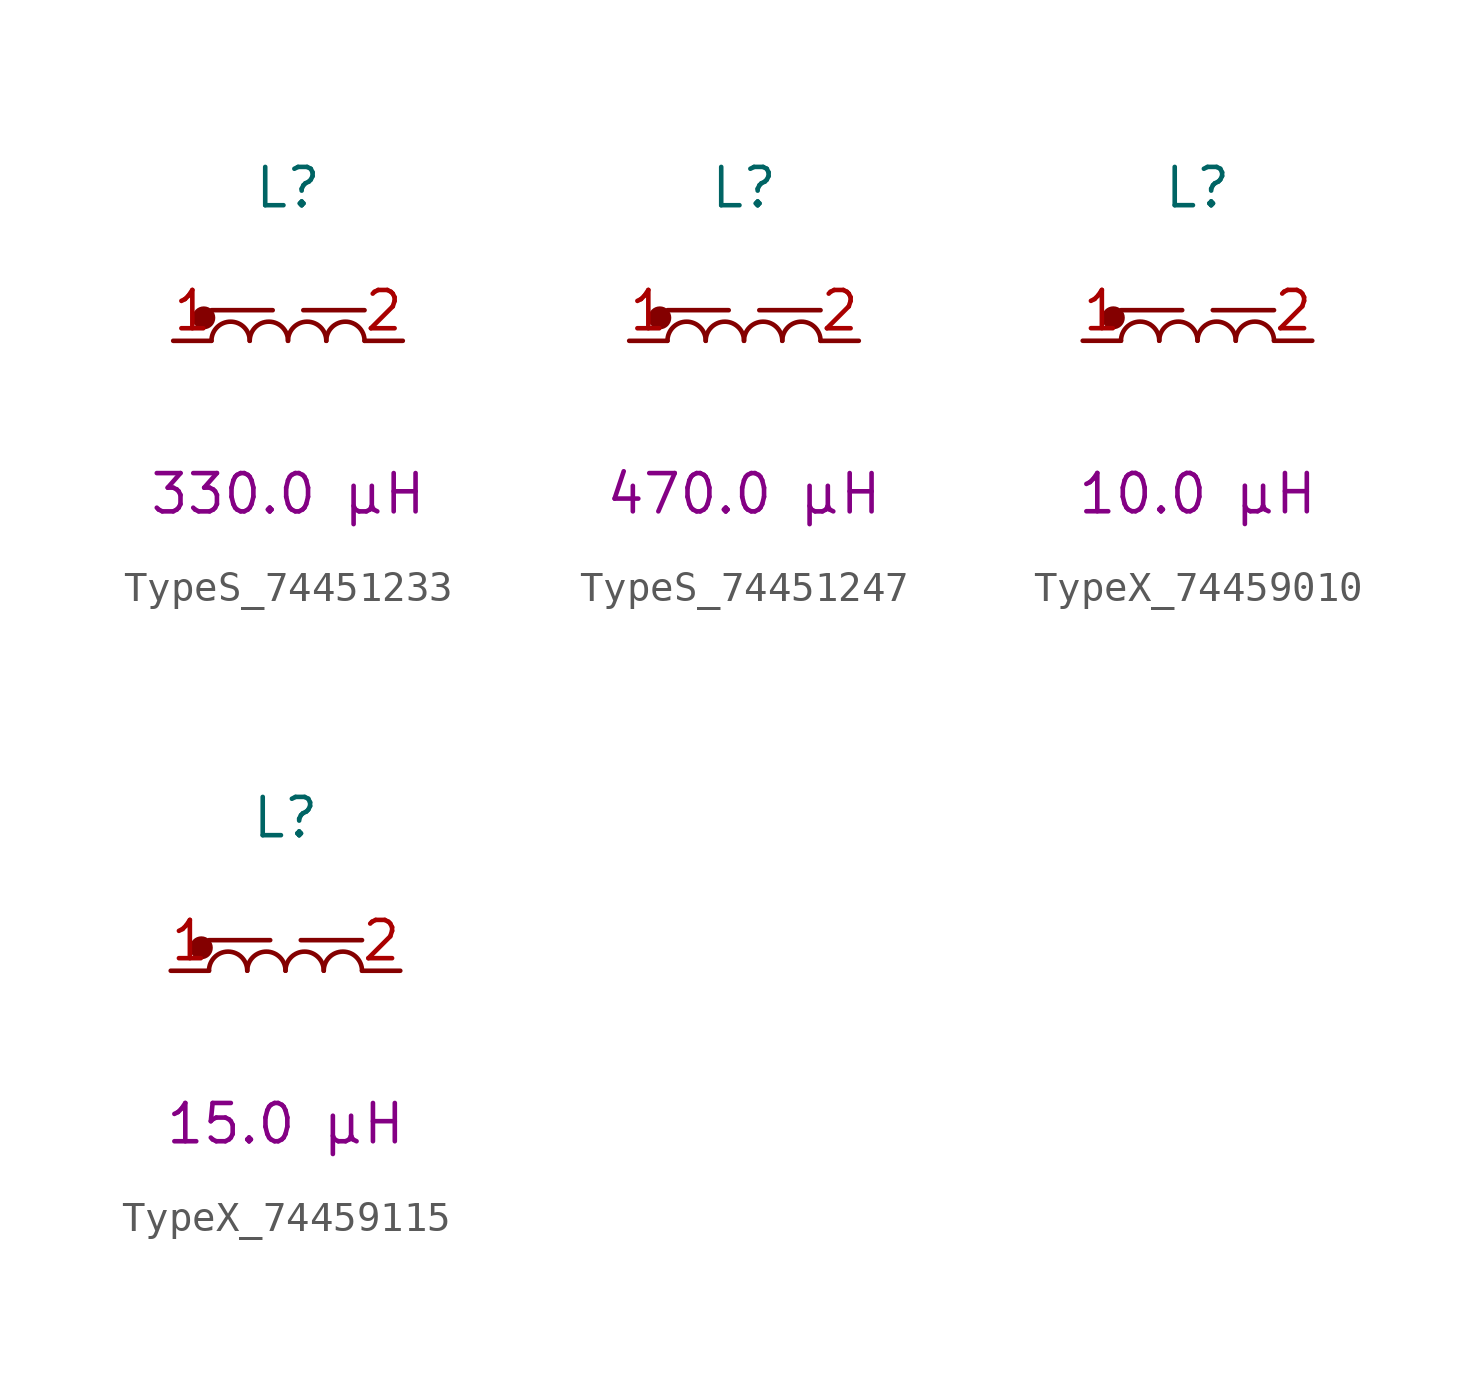
<source format=kicad_sym>
(kicad_symbol_lib
  (version 20220914)
  (generator kicad_symbol_editor)
  (symbol "TypeS_74451233"
    (pin_names hide)
    (property "Reference" "L"
      (at 0 5.08 0)
      (effects (font (size 1.27 1.27))))
    (property "Critical Parameter" "330.0 µH"
      (at 0 -5.08 0)
      (effects (font (size 1.27 1.27))))
    (symbol "TypeS_74451233_0_1"
      (arc (start -1.27 0) (mid -1.905 0.6323) (end -2.54 0) (stroke (width 0) (type default)) (fill (type none)))
      (arc (start 0 0) (mid -0.635 0.6323) (end -1.27 0) (stroke (width 0) (type default)) (fill (type none)))
      (polyline (pts (xy -2.54 1.016) (xy -0.508 1.016)) (stroke (width 0) (type default)) (fill (type none)))
      (arc (start 1.27 0) (mid 0.635 0.6323) (end 0 0) (stroke (width 0) (type default)) (fill (type none)))
      (arc (start 2.54 0) (mid 1.905 0.6323) (end 1.27 0) (stroke (width 0) (type default)) (fill (type none))))
    (symbol "TypeS_74451233_1_1"
      (circle (center -2.794 0.762) (radius 0.0001) (stroke (width 0.381) (type default)) (fill (type none)))
      (polyline (pts (xy 2.54 1.016) (xy 0.508 1.016)) (stroke (width 0) (type default)) (fill (type none)))
      (pin passive line (at -3.81 0 0) (length 1.27) (name "1" (effects (font (size 1.27 1.27)))) (number "1" (effects (font (size 1.27 1.27)))))
      (pin passive line (at 3.81 0 180) (length 1.27) (name "2" (effects (font (size 1.27 1.27)))) (number "2" (effects (font (size 1.27 1.27)))))))
  (symbol "TypeS_74451247"
    (pin_names hide)
    (property "Reference" "L"
      (at 0 5.08 0)
      (effects (font (size 1.27 1.27))))
    (property "Critical Parameter" "470.0 µH"
      (at 0 -5.08 0)
      (effects (font (size 1.27 1.27))))
    (symbol "TypeS_74451247_0_1"
      (arc (start -1.27 0) (mid -1.905 0.6323) (end -2.54 0) (stroke (width 0) (type default)) (fill (type none)))
      (arc (start 0 0) (mid -0.635 0.6323) (end -1.27 0) (stroke (width 0) (type default)) (fill (type none)))
      (polyline (pts (xy -2.54 1.016) (xy -0.508 1.016)) (stroke (width 0) (type default)) (fill (type none)))
      (arc (start 1.27 0) (mid 0.635 0.6323) (end 0 0) (stroke (width 0) (type default)) (fill (type none)))
      (arc (start 2.54 0) (mid 1.905 0.6323) (end 1.27 0) (stroke (width 0) (type default)) (fill (type none))))
    (symbol "TypeS_74451247_1_1"
      (circle (center -2.794 0.762) (radius 0.0001) (stroke (width 0.381) (type default)) (fill (type none)))
      (polyline (pts (xy 2.54 1.016) (xy 0.508 1.016)) (stroke (width 0) (type default)) (fill (type none)))
      (pin passive line (at -3.81 0 0) (length 1.27) (name "1" (effects (font (size 1.27 1.27)))) (number "1" (effects (font (size 1.27 1.27)))))
      (pin passive line (at 3.81 0 180) (length 1.27) (name "2" (effects (font (size 1.27 1.27)))) (number "2" (effects (font (size 1.27 1.27)))))))
  (symbol "TypeX_74459010"
    (pin_names hide)
    (property "Reference" "L"
      (at 0 5.08 0)
      (effects (font (size 1.27 1.27))))
    (property "Critical Parameter" "10.0 µH"
      (at 0 -5.08 0)
      (effects (font (size 1.27 1.27))))
    (symbol "TypeX_74459010_0_1"
      (arc (start -1.27 0) (mid -1.905 0.6323) (end -2.54 0) (stroke (width 0) (type default)) (fill (type none)))
      (arc (start 0 0) (mid -0.635 0.6323) (end -1.27 0) (stroke (width 0) (type default)) (fill (type none)))
      (polyline (pts (xy -2.54 1.016) (xy -0.508 1.016)) (stroke (width 0) (type default)) (fill (type none)))
      (arc (start 1.27 0) (mid 0.635 0.6323) (end 0 0) (stroke (width 0) (type default)) (fill (type none)))
      (arc (start 2.54 0) (mid 1.905 0.6323) (end 1.27 0) (stroke (width 0) (type default)) (fill (type none))))
    (symbol "TypeX_74459010_1_1"
      (circle (center -2.794 0.762) (radius 0.0001) (stroke (width 0.381) (type default)) (fill (type none)))
      (polyline (pts (xy 2.54 1.016) (xy 0.508 1.016)) (stroke (width 0) (type default)) (fill (type none)))
      (pin passive line (at -3.81 0 0) (length 1.27) (name "1" (effects (font (size 1.27 1.27)))) (number "1" (effects (font (size 1.27 1.27)))))
      (pin passive line (at 3.81 0 180) (length 1.27) (name "2" (effects (font (size 1.27 1.27)))) (number "2" (effects (font (size 1.27 1.27)))))))
  (symbol "TypeX_74459115"
    (pin_names hide)
    (property "Reference" "L"
      (at 0 5.08 0)
      (effects (font (size 1.27 1.27))))
    (property "Critical Parameter" "15.0 µH"
      (at 0 -5.08 0)
      (effects (font (size 1.27 1.27))))
    (symbol "TypeX_74459115_0_1"
      (arc (start -1.27 0) (mid -1.905 0.6323) (end -2.54 0) (stroke (width 0) (type default)) (fill (type none)))
      (arc (start 0 0) (mid -0.635 0.6323) (end -1.27 0) (stroke (width 0) (type default)) (fill (type none)))
      (polyline (pts (xy -2.54 1.016) (xy -0.508 1.016)) (stroke (width 0) (type default)) (fill (type none)))
      (arc (start 1.27 0) (mid 0.635 0.6323) (end 0 0) (stroke (width 0) (type default)) (fill (type none)))
      (arc (start 2.54 0) (mid 1.905 0.6323) (end 1.27 0) (stroke (width 0) (type default)) (fill (type none))))
    (symbol "TypeX_74459115_1_1"
      (circle (center -2.794 0.762) (radius 0.0001) (stroke (width 0.381) (type default)) (fill (type none)))
      (polyline (pts (xy 2.54 1.016) (xy 0.508 1.016)) (stroke (width 0) (type default)) (fill (type none)))
      (pin passive line (at -3.81 0 0) (length 1.27) (name "1" (effects (font (size 1.27 1.27)))) (number "1" (effects (font (size 1.27 1.27)))))
      (pin passive line (at 3.81 0 180) (length 1.27) (name "2" (effects (font (size 1.27 1.27)))) (number "2" (effects (font (size 1.27 1.27))))))))
</source>
